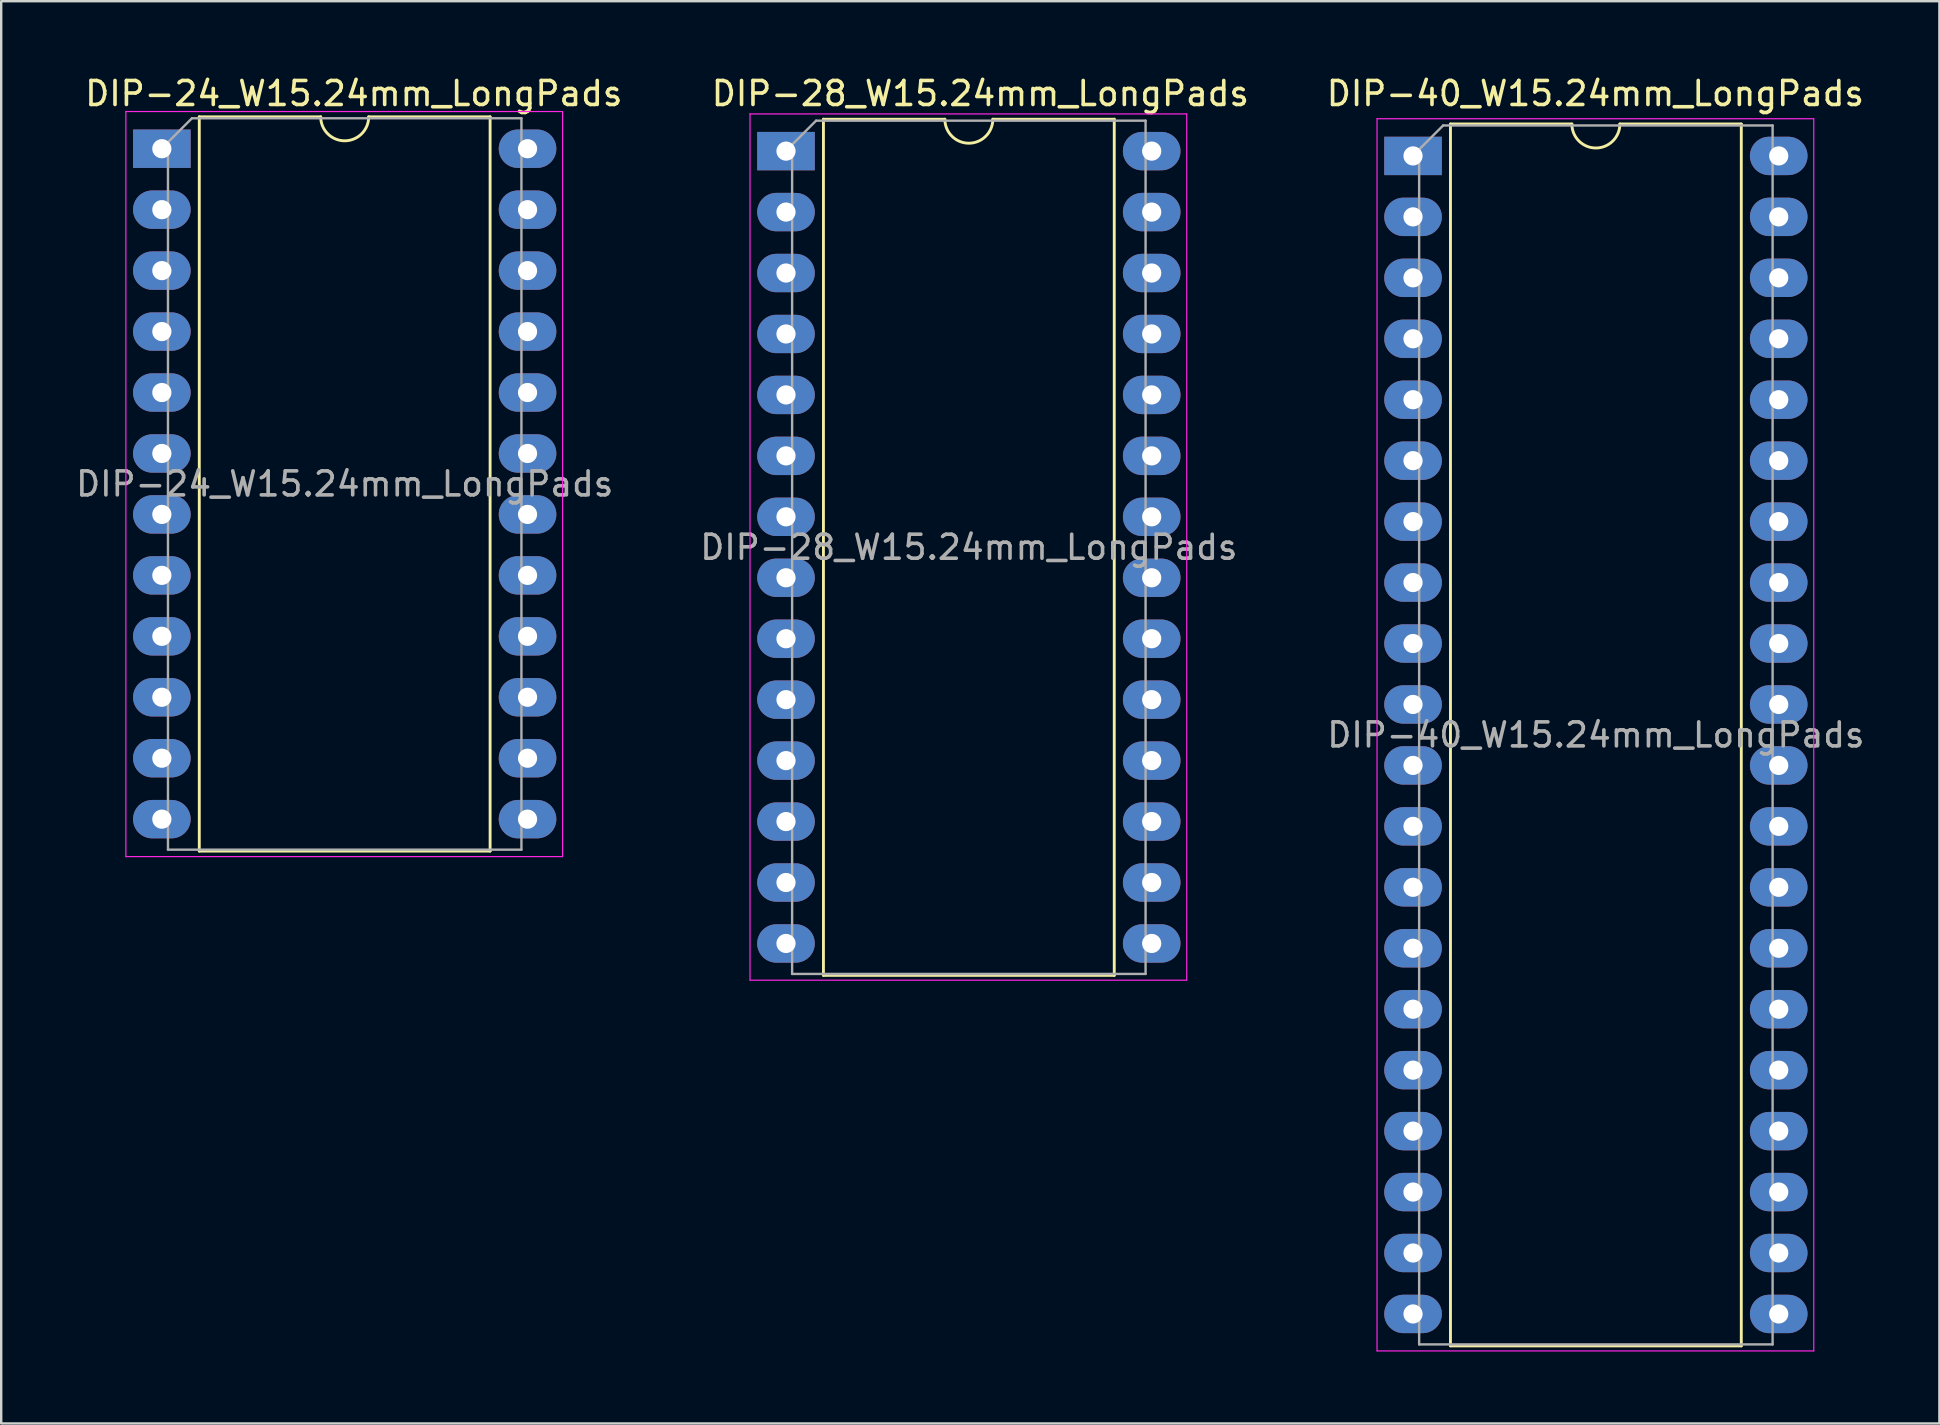
<source format=kicad_pcb>
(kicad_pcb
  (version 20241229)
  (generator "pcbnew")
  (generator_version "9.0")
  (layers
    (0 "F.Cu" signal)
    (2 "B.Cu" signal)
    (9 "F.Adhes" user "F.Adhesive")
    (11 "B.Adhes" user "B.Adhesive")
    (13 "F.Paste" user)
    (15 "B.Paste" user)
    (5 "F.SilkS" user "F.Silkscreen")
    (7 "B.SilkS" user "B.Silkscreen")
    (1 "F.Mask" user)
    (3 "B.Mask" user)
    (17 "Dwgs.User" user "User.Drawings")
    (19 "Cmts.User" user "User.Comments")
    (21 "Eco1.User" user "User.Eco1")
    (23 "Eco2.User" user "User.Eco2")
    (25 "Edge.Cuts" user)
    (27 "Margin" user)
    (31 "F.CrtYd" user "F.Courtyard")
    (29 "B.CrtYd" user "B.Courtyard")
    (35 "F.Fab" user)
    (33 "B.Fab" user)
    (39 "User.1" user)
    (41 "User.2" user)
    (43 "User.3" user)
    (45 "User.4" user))
  (footprint "DIP-28_W15.24mm_LongPads"
    (layer "F.Cu")
    (at 29.706 3.248)
    (property "Reference" "DIP-28_W15.24mm_LongPads" (at 8.1 -2.4 0) (layer "F.SilkS") (effects (font (size 1 1) (thickness 0.15))))
    (attr through_hole)
    (fp_line (start 1.56 -1.33) (end 1.56 34.35) (stroke (width 0.12) (type solid)) (layer "F.SilkS"))
    (fp_line (start 1.56 34.35) (end 13.68 34.35) (stroke (width 0.12) (type solid)) (layer "F.SilkS"))
    (fp_line (start 6.62 -1.33) (end 1.56 -1.33) (stroke (width 0.12) (type solid)) (layer "F.SilkS"))
    (fp_line (start 13.68 -1.33) (end 8.62 -1.33) (stroke (width 0.12) (type solid)) (layer "F.SilkS"))
    (fp_line (start 13.68 34.35) (end 13.68 -1.33) (stroke (width 0.12) (type solid)) (layer "F.SilkS"))
    (fp_arc (start 8.62 -1.33) (mid 7.62 -0.33) (end 6.62 -1.33) (stroke (width 0.12) (type solid)) (layer "F.SilkS"))
    (fp_line (start -1.5 -1.55) (end -1.5 34.55) (stroke (width 0.05) (type solid)) (layer "F.CrtYd"))
    (fp_line (start -1.5 34.55) (end 16.7 34.55) (stroke (width 0.05) (type solid)) (layer "F.CrtYd"))
    (fp_line (start 16.7 -1.55) (end -1.5 -1.55) (stroke (width 0.05) (type solid)) (layer "F.CrtYd"))
    (fp_line (start 16.7 34.55) (end 16.7 -1.55) (stroke (width 0.05) (type solid)) (layer "F.CrtYd"))
    (fp_line (start 0.255 -0.27) (end 1.255 -1.27) (stroke (width 0.1) (type solid)) (layer "F.Fab"))
    (fp_line (start 0.255 34.29) (end 0.255 -0.27) (stroke (width 0.1) (type solid)) (layer "F.Fab"))
    (fp_line (start 1.255 -1.27) (end 14.985 -1.27) (stroke (width 0.1) (type solid)) (layer "F.Fab"))
    (fp_line (start 14.985 -1.27) (end 14.985 34.29) (stroke (width 0.1) (type solid)) (layer "F.Fab"))
    (fp_line (start 14.985 34.29) (end 0.255 34.29) (stroke (width 0.1) (type solid)) (layer "F.Fab"))
    (fp_text user "${REFERENCE}" (at 7.62 16.51 0) (layer "F.Fab") (effects (font (size 1 1) (thickness 0.15))))
    (pad "1" thru_hole rect (at 0 0) (size 2.4 1.6) (drill 0.8) (layers "*.Cu" "*.Mask"))
    (pad "2" thru_hole oval (at 0 2.54) (size 2.4 1.6) (drill 0.8) (layers "*.Cu" "*.Mask"))
    (pad "3" thru_hole oval (at 0 5.08) (size 2.4 1.6) (drill 0.8) (layers "*.Cu" "*.Mask"))
    (pad "4" thru_hole oval (at 0 7.62) (size 2.4 1.6) (drill 0.8) (layers "*.Cu" "*.Mask"))
    (pad "5" thru_hole oval (at 0 10.16) (size 2.4 1.6) (drill 0.8) (layers "*.Cu" "*.Mask"))
    (pad "6" thru_hole oval (at 0 12.7) (size 2.4 1.6) (drill 0.8) (layers "*.Cu" "*.Mask"))
    (pad "7" thru_hole oval (at 0 15.24) (size 2.4 1.6) (drill 0.8) (layers "*.Cu" "*.Mask"))
    (pad "8" thru_hole oval (at 0 17.78) (size 2.4 1.6) (drill 0.8) (layers "*.Cu" "*.Mask"))
    (pad "9" thru_hole oval (at 0 20.32) (size 2.4 1.6) (drill 0.8) (layers "*.Cu" "*.Mask"))
    (pad "10" thru_hole oval (at 0 22.86) (size 2.4 1.6) (drill 0.8) (layers "*.Cu" "*.Mask"))
    (pad "11" thru_hole oval (at 0 25.4) (size 2.4 1.6) (drill 0.8) (layers "*.Cu" "*.Mask"))
    (pad "12" thru_hole oval (at 0 27.94) (size 2.4 1.6) (drill 0.8) (layers "*.Cu" "*.Mask"))
    (pad "13" thru_hole oval (at 0 30.48) (size 2.4 1.6) (drill 0.8) (layers "*.Cu" "*.Mask"))
    (pad "14" thru_hole oval (at 0 33.02) (size 2.4 1.6) (drill 0.8) (layers "*.Cu" "*.Mask"))
    (pad "15" thru_hole oval (at 15.24 33.02) (size 2.4 1.6) (drill 0.8) (layers "*.Cu" "*.Mask"))
    (pad "16" thru_hole oval (at 15.24 30.48) (size 2.4 1.6) (drill 0.8) (layers "*.Cu" "*.Mask"))
    (pad "17" thru_hole oval (at 15.24 27.94) (size 2.4 1.6) (drill 0.8) (layers "*.Cu" "*.Mask"))
    (pad "18" thru_hole oval (at 15.24 25.4) (size 2.4 1.6) (drill 0.8) (layers "*.Cu" "*.Mask"))
    (pad "19" thru_hole oval (at 15.24 22.86) (size 2.4 1.6) (drill 0.8) (layers "*.Cu" "*.Mask"))
    (pad "20" thru_hole oval (at 15.24 20.32) (size 2.4 1.6) (drill 0.8) (layers "*.Cu" "*.Mask"))
    (pad "21" thru_hole oval (at 15.24 17.78) (size 2.4 1.6) (drill 0.8) (layers "*.Cu" "*.Mask"))
    (pad "22" thru_hole oval (at 15.24 15.24) (size 2.4 1.6) (drill 0.8) (layers "*.Cu" "*.Mask"))
    (pad "23" thru_hole oval (at 15.24 12.7) (size 2.4 1.6) (drill 0.8) (layers "*.Cu" "*.Mask"))
    (pad "24" thru_hole oval (at 15.24 10.16) (size 2.4 1.6) (drill 0.8) (layers "*.Cu" "*.Mask"))
    (pad "25" thru_hole oval (at 15.24 7.62) (size 2.4 1.6) (drill 0.8) (layers "*.Cu" "*.Mask"))
    (pad "26" thru_hole oval (at 15.24 5.08) (size 2.4 1.6) (drill 0.8) (layers "*.Cu" "*.Mask"))
    (pad "27" thru_hole oval (at 15.24 2.54) (size 2.4 1.6) (drill 0.8) (layers "*.Cu" "*.Mask"))
    (pad "28" thru_hole oval (at 15.24 0) (size 2.4 1.6) (drill 0.8) (layers "*.Cu" "*.Mask")))
  (footprint "DIP-24_W15.24mm_LongPads"
    (layer "F.Cu")
    (at 3.695 3.148)
    (property "Reference" "DIP-24_W15.24mm_LongPads" (at 8 -2.3 0) (layer "F.SilkS") (effects (font (size 1 1) (thickness 0.15))))
    (attr through_hole)
    (fp_line (start 1.56 -1.33) (end 1.56 29.27) (stroke (width 0.12) (type solid)) (layer "F.SilkS"))
    (fp_line (start 1.56 29.27) (end 13.68 29.27) (stroke (width 0.12) (type solid)) (layer "F.SilkS"))
    (fp_line (start 6.62 -1.33) (end 1.56 -1.33) (stroke (width 0.12) (type solid)) (layer "F.SilkS"))
    (fp_line (start 13.68 -1.33) (end 8.62 -1.33) (stroke (width 0.12) (type solid)) (layer "F.SilkS"))
    (fp_line (start 13.68 29.27) (end 13.68 -1.33) (stroke (width 0.12) (type solid)) (layer "F.SilkS"))
    (fp_arc (start 8.62 -1.33) (mid 7.62 -0.33) (end 6.62 -1.33) (stroke (width 0.12) (type solid)) (layer "F.SilkS"))
    (fp_line (start -1.5 -1.55) (end -1.5 29.5) (stroke (width 0.05) (type solid)) (layer "F.CrtYd"))
    (fp_line (start -1.5 29.5) (end 16.7 29.5) (stroke (width 0.05) (type solid)) (layer "F.CrtYd"))
    (fp_line (start 16.7 -1.55) (end -1.5 -1.55) (stroke (width 0.05) (type solid)) (layer "F.CrtYd"))
    (fp_line (start 16.7 29.5) (end 16.7 -1.55) (stroke (width 0.05) (type solid)) (layer "F.CrtYd"))
    (fp_line (start 0.255 -0.27) (end 1.255 -1.27) (stroke (width 0.1) (type solid)) (layer "F.Fab"))
    (fp_line (start 0.255 29.21) (end 0.255 -0.27) (stroke (width 0.1) (type solid)) (layer "F.Fab"))
    (fp_line (start 1.255 -1.27) (end 14.985 -1.27) (stroke (width 0.1) (type solid)) (layer "F.Fab"))
    (fp_line (start 14.985 -1.27) (end 14.985 29.21) (stroke (width 0.1) (type solid)) (layer "F.Fab"))
    (fp_line (start 14.985 29.21) (end 0.255 29.21) (stroke (width 0.1) (type solid)) (layer "F.Fab"))
    (fp_text user "${REFERENCE}" (at 7.62 13.97 0) (layer "F.Fab") (effects (font (size 1 1) (thickness 0.15))))
    (pad "1" thru_hole rect (at 0 0) (size 2.4 1.6) (drill 0.8) (layers "*.Cu" "*.Mask"))
    (pad "2" thru_hole oval (at 0 2.54) (size 2.4 1.6) (drill 0.8) (layers "*.Cu" "*.Mask"))
    (pad "3" thru_hole oval (at 0 5.08) (size 2.4 1.6) (drill 0.8) (layers "*.Cu" "*.Mask"))
    (pad "4" thru_hole oval (at 0 7.62) (size 2.4 1.6) (drill 0.8) (layers "*.Cu" "*.Mask"))
    (pad "5" thru_hole oval (at 0 10.16) (size 2.4 1.6) (drill 0.8) (layers "*.Cu" "*.Mask"))
    (pad "6" thru_hole oval (at 0 12.7) (size 2.4 1.6) (drill 0.8) (layers "*.Cu" "*.Mask"))
    (pad "7" thru_hole oval (at 0 15.24) (size 2.4 1.6) (drill 0.8) (layers "*.Cu" "*.Mask"))
    (pad "8" thru_hole oval (at 0 17.78) (size 2.4 1.6) (drill 0.8) (layers "*.Cu" "*.Mask"))
    (pad "9" thru_hole oval (at 0 20.32) (size 2.4 1.6) (drill 0.8) (layers "*.Cu" "*.Mask"))
    (pad "10" thru_hole oval (at 0 22.86) (size 2.4 1.6) (drill 0.8) (layers "*.Cu" "*.Mask"))
    (pad "11" thru_hole oval (at 0 25.4) (size 2.4 1.6) (drill 0.8) (layers "*.Cu" "*.Mask"))
    (pad "12" thru_hole oval (at 0 27.94) (size 2.4 1.6) (drill 0.8) (layers "*.Cu" "*.Mask"))
    (pad "13" thru_hole oval (at 15.24 27.94) (size 2.4 1.6) (drill 0.8) (layers "*.Cu" "*.Mask"))
    (pad "14" thru_hole oval (at 15.24 25.4) (size 2.4 1.6) (drill 0.8) (layers "*.Cu" "*.Mask"))
    (pad "15" thru_hole oval (at 15.24 22.86) (size 2.4 1.6) (drill 0.8) (layers "*.Cu" "*.Mask"))
    (pad "16" thru_hole oval (at 15.24 20.32) (size 2.4 1.6) (drill 0.8) (layers "*.Cu" "*.Mask"))
    (pad "17" thru_hole oval (at 15.24 17.78) (size 2.4 1.6) (drill 0.8) (layers "*.Cu" "*.Mask"))
    (pad "18" thru_hole oval (at 15.24 15.24) (size 2.4 1.6) (drill 0.8) (layers "*.Cu" "*.Mask"))
    (pad "19" thru_hole oval (at 15.24 12.7) (size 2.4 1.6) (drill 0.8) (layers "*.Cu" "*.Mask"))
    (pad "20" thru_hole oval (at 15.24 10.16) (size 2.4 1.6) (drill 0.8) (layers "*.Cu" "*.Mask"))
    (pad "21" thru_hole oval (at 15.24 7.62) (size 2.4 1.6) (drill 0.8) (layers "*.Cu" "*.Mask"))
    (pad "22" thru_hole oval (at 15.24 5.08) (size 2.4 1.6) (drill 0.8) (layers "*.Cu" "*.Mask"))
    (pad "23" thru_hole oval (at 15.24 2.54) (size 2.4 1.6) (drill 0.8) (layers "*.Cu" "*.Mask"))
    (pad "24" thru_hole oval (at 15.24 0) (size 2.4 1.6) (drill 0.8) (layers "*.Cu" "*.Mask")))
  (footprint "DIP-40_W15.24mm_LongPads"
    (layer "F.Cu")
    (at 55.837 3.448)
    (property "Reference" "DIP-40_W15.24mm_LongPads" (at 7.6 -2.6 0) (layer "F.SilkS") (effects (font (size 1 1) (thickness 0.15))))
    (attr through_hole)
    (fp_line (start 1.56 -1.33) (end 1.56 49.59) (stroke (width 0.12) (type solid)) (layer "F.SilkS"))
    (fp_line (start 1.56 49.59) (end 13.68 49.59) (stroke (width 0.12) (type solid)) (layer "F.SilkS"))
    (fp_line (start 6.62 -1.33) (end 1.56 -1.33) (stroke (width 0.12) (type solid)) (layer "F.SilkS"))
    (fp_line (start 13.68 -1.33) (end 8.62 -1.33) (stroke (width 0.12) (type solid)) (layer "F.SilkS"))
    (fp_line (start 13.68 49.59) (end 13.68 -1.33) (stroke (width 0.12) (type solid)) (layer "F.SilkS"))
    (fp_arc (start 8.62 -1.33) (mid 7.62 -0.33) (end 6.62 -1.33) (stroke (width 0.12) (type solid)) (layer "F.SilkS"))
    (fp_line (start -1.5 -1.55) (end -1.5 49.8) (stroke (width 0.05) (type solid)) (layer "F.CrtYd"))
    (fp_line (start -1.5 49.8) (end 16.7 49.8) (stroke (width 0.05) (type solid)) (layer "F.CrtYd"))
    (fp_line (start 16.7 -1.55) (end -1.5 -1.55) (stroke (width 0.05) (type solid)) (layer "F.CrtYd"))
    (fp_line (start 16.7 49.8) (end 16.7 -1.55) (stroke (width 0.05) (type solid)) (layer "F.CrtYd"))
    (fp_line (start 0.255 -0.27) (end 1.255 -1.27) (stroke (width 0.1) (type solid)) (layer "F.Fab"))
    (fp_line (start 0.255 49.53) (end 0.255 -0.27) (stroke (width 0.1) (type solid)) (layer "F.Fab"))
    (fp_line (start 1.255 -1.27) (end 14.985 -1.27) (stroke (width 0.1) (type solid)) (layer "F.Fab"))
    (fp_line (start 14.985 -1.27) (end 14.985 49.53) (stroke (width 0.1) (type solid)) (layer "F.Fab"))
    (fp_line (start 14.985 49.53) (end 0.255 49.53) (stroke (width 0.1) (type solid)) (layer "F.Fab"))
    (fp_text user "${REFERENCE}" (at 7.62 24.13 0) (layer "F.Fab") (effects (font (size 1 1) (thickness 0.15))))
    (pad "1" thru_hole rect (at 0 0) (size 2.4 1.6) (drill 0.8) (layers "*.Cu" "*.Mask"))
    (pad "2" thru_hole oval (at 0 2.54) (size 2.4 1.6) (drill 0.8) (layers "*.Cu" "*.Mask"))
    (pad "3" thru_hole oval (at 0 5.08) (size 2.4 1.6) (drill 0.8) (layers "*.Cu" "*.Mask"))
    (pad "4" thru_hole oval (at 0 7.62) (size 2.4 1.6) (drill 0.8) (layers "*.Cu" "*.Mask"))
    (pad "5" thru_hole oval (at 0 10.16) (size 2.4 1.6) (drill 0.8) (layers "*.Cu" "*.Mask"))
    (pad "6" thru_hole oval (at 0 12.7) (size 2.4 1.6) (drill 0.8) (layers "*.Cu" "*.Mask"))
    (pad "7" thru_hole oval (at 0 15.24) (size 2.4 1.6) (drill 0.8) (layers "*.Cu" "*.Mask"))
    (pad "8" thru_hole oval (at 0 17.78) (size 2.4 1.6) (drill 0.8) (layers "*.Cu" "*.Mask"))
    (pad "9" thru_hole oval (at 0 20.32) (size 2.4 1.6) (drill 0.8) (layers "*.Cu" "*.Mask"))
    (pad "10" thru_hole oval (at 0 22.86) (size 2.4 1.6) (drill 0.8) (layers "*.Cu" "*.Mask"))
    (pad "11" thru_hole oval (at 0 25.4) (size 2.4 1.6) (drill 0.8) (layers "*.Cu" "*.Mask"))
    (pad "12" thru_hole oval (at 0 27.94) (size 2.4 1.6) (drill 0.8) (layers "*.Cu" "*.Mask"))
    (pad "13" thru_hole oval (at 0 30.48) (size 2.4 1.6) (drill 0.8) (layers "*.Cu" "*.Mask"))
    (pad "14" thru_hole oval (at 0 33.02) (size 2.4 1.6) (drill 0.8) (layers "*.Cu" "*.Mask"))
    (pad "15" thru_hole oval (at 0 35.56) (size 2.4 1.6) (drill 0.8) (layers "*.Cu" "*.Mask"))
    (pad "16" thru_hole oval (at 0 38.1) (size 2.4 1.6) (drill 0.8) (layers "*.Cu" "*.Mask"))
    (pad "17" thru_hole oval (at 0 40.64) (size 2.4 1.6) (drill 0.8) (layers "*.Cu" "*.Mask"))
    (pad "18" thru_hole oval (at 0 43.18) (size 2.4 1.6) (drill 0.8) (layers "*.Cu" "*.Mask"))
    (pad "19" thru_hole oval (at 0 45.72) (size 2.4 1.6) (drill 0.8) (layers "*.Cu" "*.Mask"))
    (pad "20" thru_hole oval (at 0 48.26) (size 2.4 1.6) (drill 0.8) (layers "*.Cu" "*.Mask"))
    (pad "21" thru_hole oval (at 15.24 48.26) (size 2.4 1.6) (drill 0.8) (layers "*.Cu" "*.Mask"))
    (pad "22" thru_hole oval (at 15.24 45.72) (size 2.4 1.6) (drill 0.8) (layers "*.Cu" "*.Mask"))
    (pad "23" thru_hole oval (at 15.24 43.18) (size 2.4 1.6) (drill 0.8) (layers "*.Cu" "*.Mask"))
    (pad "24" thru_hole oval (at 15.24 40.64) (size 2.4 1.6) (drill 0.8) (layers "*.Cu" "*.Mask"))
    (pad "25" thru_hole oval (at 15.24 38.1) (size 2.4 1.6) (drill 0.8) (layers "*.Cu" "*.Mask"))
    (pad "26" thru_hole oval (at 15.24 35.56) (size 2.4 1.6) (drill 0.8) (layers "*.Cu" "*.Mask"))
    (pad "27" thru_hole oval (at 15.24 33.02) (size 2.4 1.6) (drill 0.8) (layers "*.Cu" "*.Mask"))
    (pad "28" thru_hole oval (at 15.24 30.48) (size 2.4 1.6) (drill 0.8) (layers "*.Cu" "*.Mask"))
    (pad "29" thru_hole oval (at 15.24 27.94) (size 2.4 1.6) (drill 0.8) (layers "*.Cu" "*.Mask"))
    (pad "30" thru_hole oval (at 15.24 25.4) (size 2.4 1.6) (drill 0.8) (layers "*.Cu" "*.Mask"))
    (pad "31" thru_hole oval (at 15.24 22.86) (size 2.4 1.6) (drill 0.8) (layers "*.Cu" "*.Mask"))
    (pad "32" thru_hole oval (at 15.24 20.32) (size 2.4 1.6) (drill 0.8) (layers "*.Cu" "*.Mask"))
    (pad "33" thru_hole oval (at 15.24 17.78) (size 2.4 1.6) (drill 0.8) (layers "*.Cu" "*.Mask"))
    (pad "34" thru_hole oval (at 15.24 15.24) (size 2.4 1.6) (drill 0.8) (layers "*.Cu" "*.Mask"))
    (pad "35" thru_hole oval (at 15.24 12.7) (size 2.4 1.6) (drill 0.8) (layers "*.Cu" "*.Mask"))
    (pad "36" thru_hole oval (at 15.24 10.16) (size 2.4 1.6) (drill 0.8) (layers "*.Cu" "*.Mask"))
    (pad "37" thru_hole oval (at 15.24 7.62) (size 2.4 1.6) (drill 0.8) (layers "*.Cu" "*.Mask"))
    (pad "38" thru_hole oval (at 15.24 5.08) (size 2.4 1.6) (drill 0.8) (layers "*.Cu" "*.Mask"))
    (pad "39" thru_hole oval (at 15.24 2.54) (size 2.4 1.6) (drill 0.8) (layers "*.Cu" "*.Mask"))
    (pad "40" thru_hole oval (at 15.24 0) (size 2.4 1.6) (drill 0.8) (layers "*.Cu" "*.Mask")))
  (gr_rect
    (start -3 -3)
    (end 77.773 56.273)
    (stroke (width 0.1) (type default))
    (fill no)
    (layer "Edge.Cuts")))
</source>
